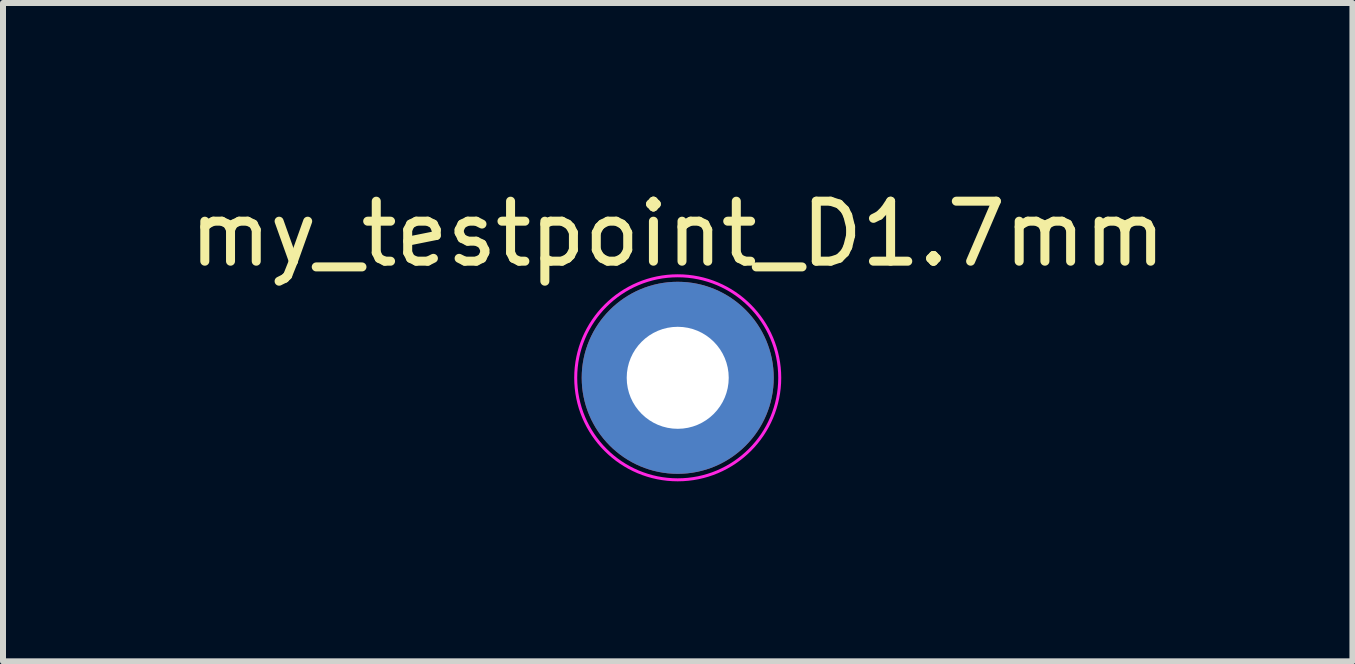
<source format=kicad_pcb>
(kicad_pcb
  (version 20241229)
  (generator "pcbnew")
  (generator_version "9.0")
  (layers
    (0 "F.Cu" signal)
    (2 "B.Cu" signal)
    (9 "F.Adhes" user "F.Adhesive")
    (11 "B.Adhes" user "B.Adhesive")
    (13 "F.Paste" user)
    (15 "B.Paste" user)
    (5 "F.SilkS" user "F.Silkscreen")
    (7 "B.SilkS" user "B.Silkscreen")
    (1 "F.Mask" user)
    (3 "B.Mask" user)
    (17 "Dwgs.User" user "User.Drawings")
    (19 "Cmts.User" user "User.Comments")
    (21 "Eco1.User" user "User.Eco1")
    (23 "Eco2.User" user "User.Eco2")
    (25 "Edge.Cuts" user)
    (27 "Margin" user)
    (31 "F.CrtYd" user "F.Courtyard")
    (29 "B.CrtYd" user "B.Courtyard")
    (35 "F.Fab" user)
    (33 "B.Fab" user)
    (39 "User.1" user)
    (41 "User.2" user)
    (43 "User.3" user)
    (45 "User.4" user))
  (footprint "my_testpoint_D1.7mm"
    (layer "F.Cu")
    (at 8.244 3.246)
    (property "Reference" "my_testpoint_D1.7mm" (at 0 -2.398 0) (layer "F.SilkS") (effects (font (size 1 1) (thickness 0.15))))
    (attr exclude_from_pos_files exclude_from_bom)
    (fp_circle (center 0 0) (end 1.7 0) (stroke (width 0.05) (type default)) (fill no) (layer "F.CrtYd"))
    (pad "1" thru_hole circle (at 0 0) (size 3.2 3.2) (drill 1.7) (layers "*.Cu" "*.Mask") (remove_unused_layers yes) (keep_end_layers yes) (zone_layer_connections)))
  (gr_rect
    (start -3 -3)
    (end 19.488 7.971)
    (stroke (width 0.1) (type default))
    (fill no)
    (layer "Edge.Cuts")))
</source>
